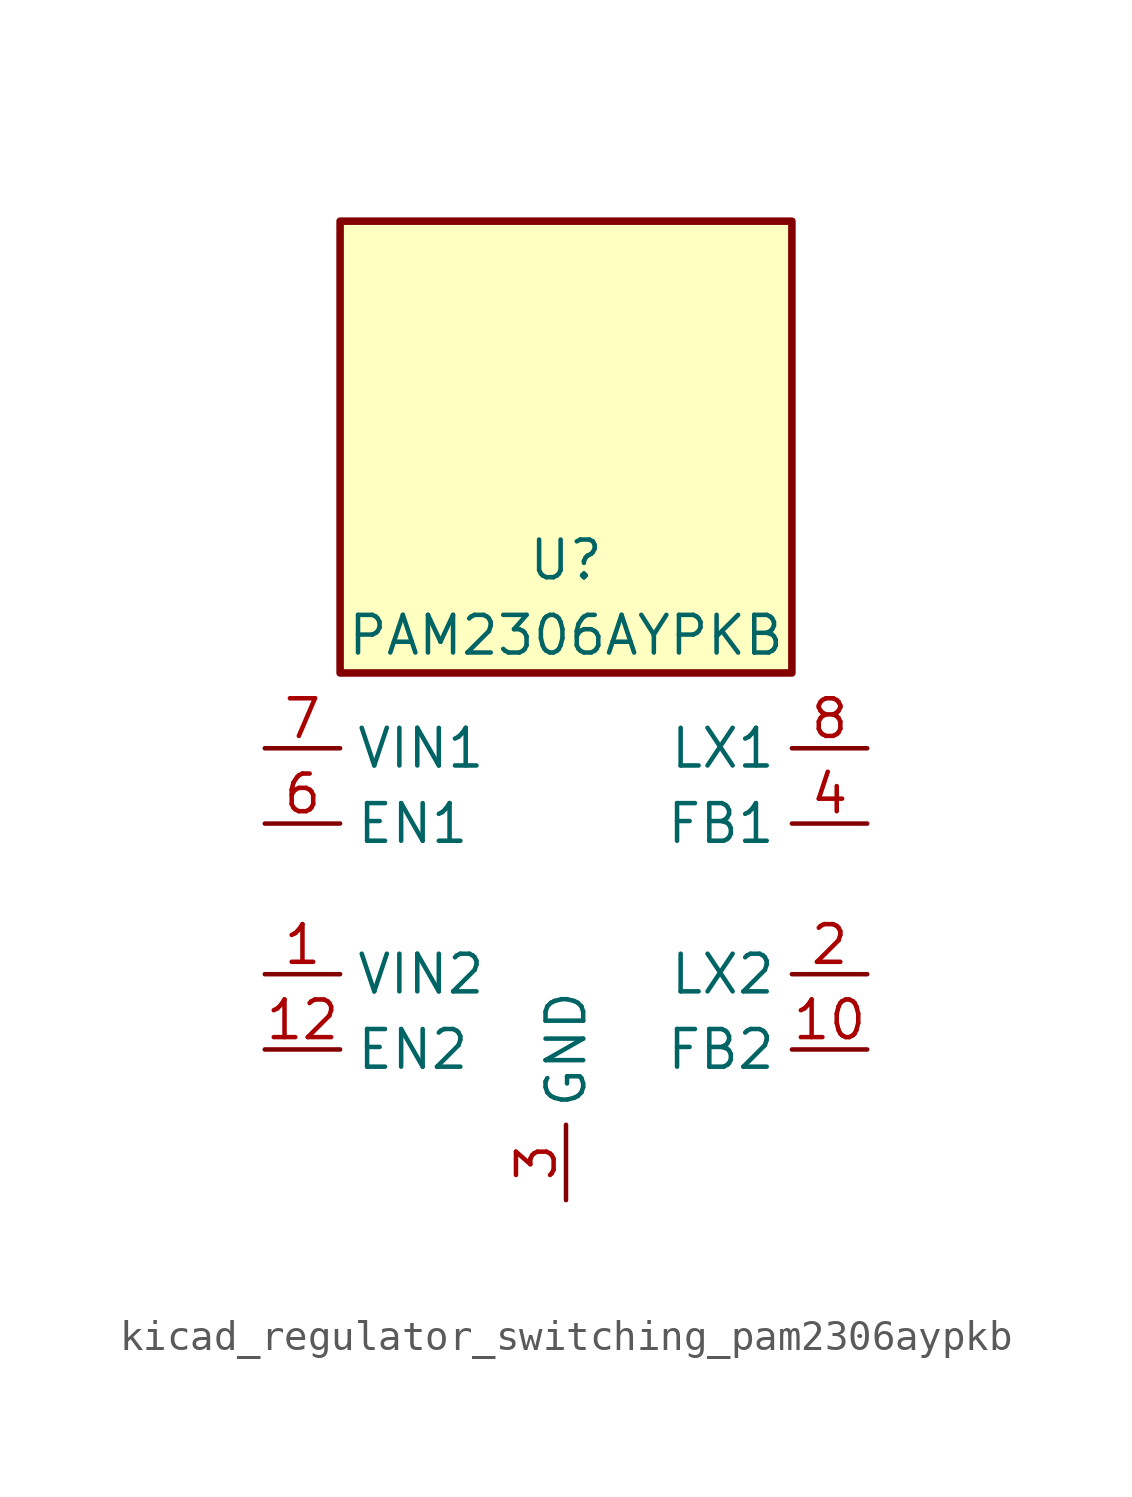
<source format=kicad_sym>
(kicad_symbol_lib
  (version 20220914)
  (generator kicad_symbol_editor)
  (symbol "kicad_regulator_switching_pam2306aypkb"
    (property "Reference" "U"
      (at 0 11.43 0)
      (effects (font (size 1.27 1.27))))
    (property "Value" "PAM2306AYPKB"
      (at 0 8.89 0)
      (effects (font (size 1.27 1.27))))
    (symbol "kicad_regulator_switching_pam2306aypkb_0_1"
      (rectangle (start 7.62 22.86) (end -7.62 7.62) (stroke (width 0.254) (type default)) (fill (type background))))
    (symbol "kicad_regulator_switching_pam2306aypkb_1_1"
      (pin power_in line (at -10.16 -2.54 0) (length 2.54) (name "VIN2" (effects (font (size 1.27 1.27)))) (number "1" (effects (font (size 1.27 1.27)))))
      (pin input line (at 10.16 -5.08 180) (length 2.54) (name "FB2" (effects (font (size 1.27 1.27)))) (number "10" (effects (font (size 1.27 1.27)))))
      (pin no_connect line (at 7.62 0 180) (length 2.54) hide (name "NC2" (effects (font (size 1.27 1.27)))) (number "11" (effects (font (size 1.27 1.27)))))
      (pin input line (at -10.16 -5.08 0) (length 2.54) (name "EN2" (effects (font (size 1.27 1.27)))) (number "12" (effects (font (size 1.27 1.27)))))
      (pin passive line (at 0 -10.16 90) (length 2.54) hide (name "GND" (effects (font (size 1.27 1.27)))) (number "13" (effects (font (size 1.27 1.27)))))
      (pin output line (at 10.16 -2.54 180) (length 2.54) (name "LX2" (effects (font (size 1.27 1.27)))) (number "2" (effects (font (size 1.27 1.27)))))
      (pin power_in line (at 0 -10.16 90) (length 2.54) (name "GND" (effects (font (size 1.27 1.27)))) (number "3" (effects (font (size 1.27 1.27)))))
      (pin input line (at 10.16 2.54 180) (length 2.54) (name "FB1" (effects (font (size 1.27 1.27)))) (number "4" (effects (font (size 1.27 1.27)))))
      (pin no_connect line (at -7.62 0 0) (length 2.54) hide (name "NC1" (effects (font (size 1.27 1.27)))) (number "5" (effects (font (size 1.27 1.27)))))
      (pin input line (at -10.16 2.54 0) (length 2.54) (name "EN1" (effects (font (size 1.27 1.27)))) (number "6" (effects (font (size 1.27 1.27)))))
      (pin power_in line (at -10.16 5.08 0) (length 2.54) (name "VIN1" (effects (font (size 1.27 1.27)))) (number "7" (effects (font (size 1.27 1.27)))))
      (pin output line (at 10.16 5.08 180) (length 2.54) (name "LX1" (effects (font (size 1.27 1.27)))) (number "8" (effects (font (size 1.27 1.27)))))
      (pin passive line (at 0 -10.16 90) (length 2.54) hide (name "GND" (effects (font (size 1.27 1.27)))) (number "9" (effects (font (size 1.27 1.27))))))))
</source>
